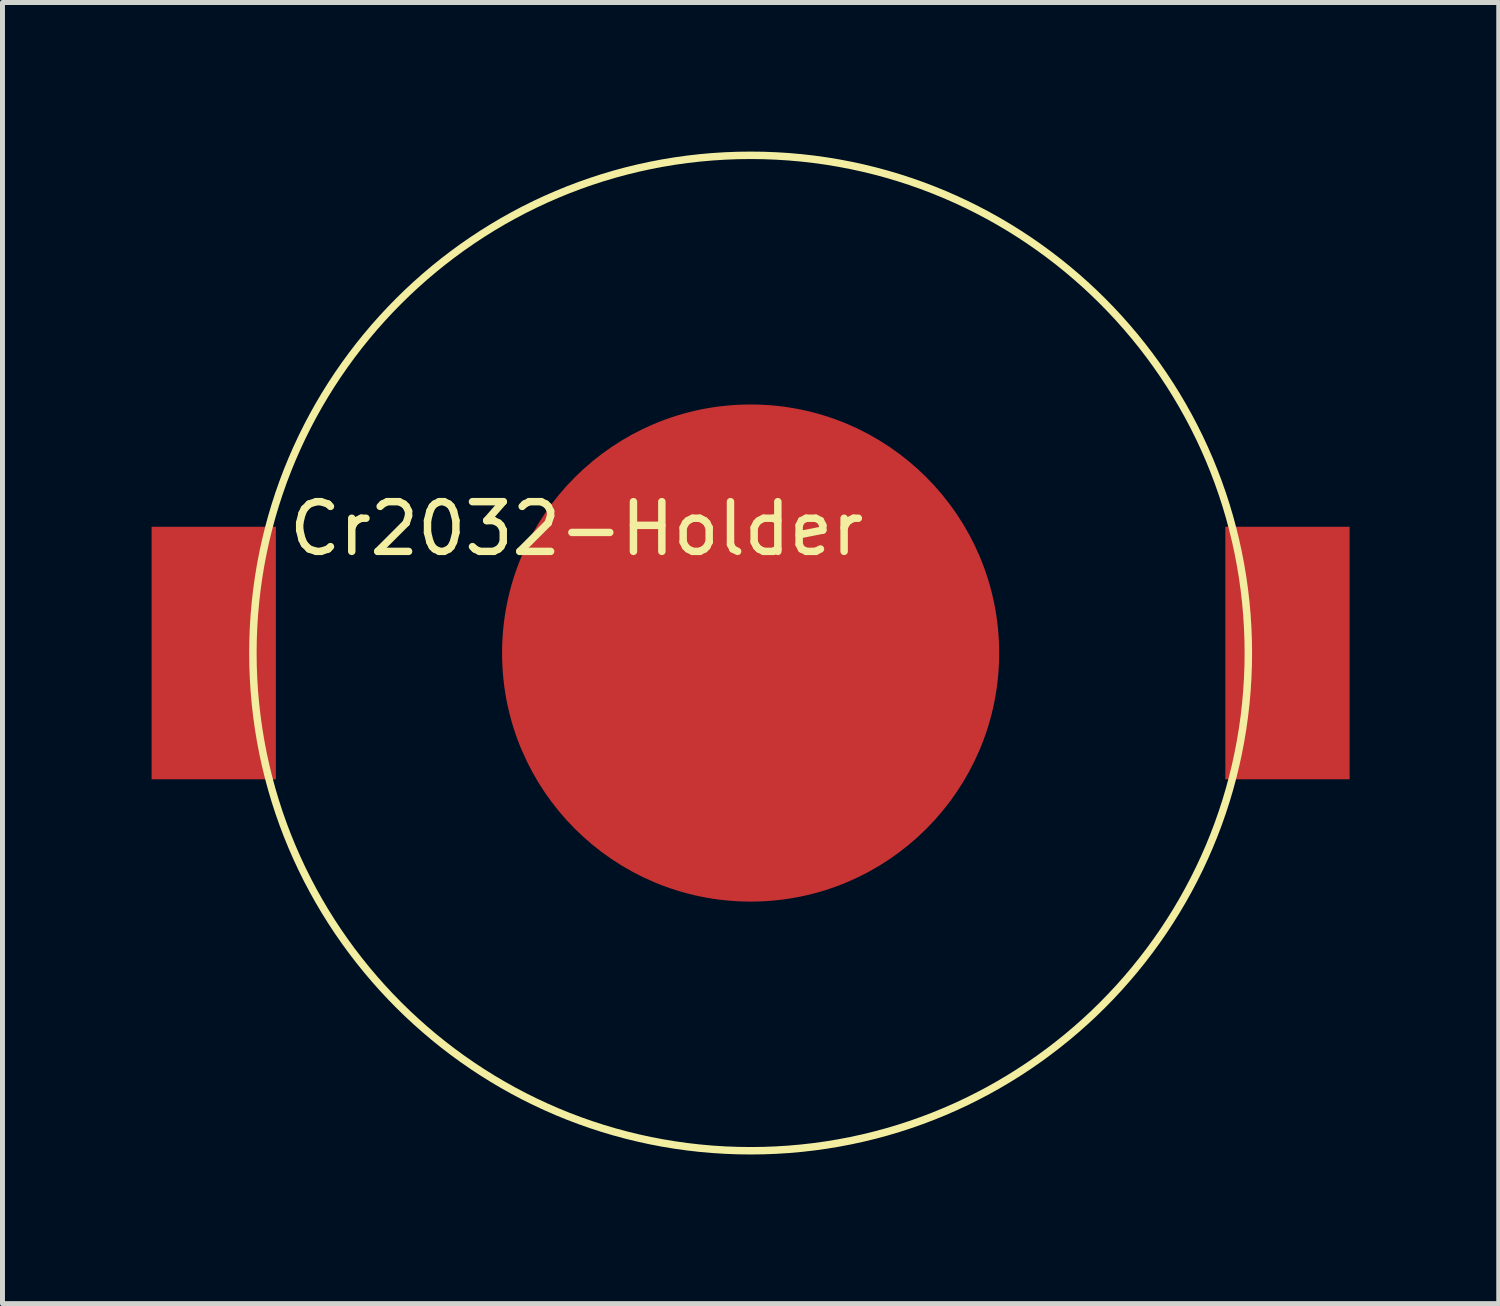
<source format=kicad_pcb>
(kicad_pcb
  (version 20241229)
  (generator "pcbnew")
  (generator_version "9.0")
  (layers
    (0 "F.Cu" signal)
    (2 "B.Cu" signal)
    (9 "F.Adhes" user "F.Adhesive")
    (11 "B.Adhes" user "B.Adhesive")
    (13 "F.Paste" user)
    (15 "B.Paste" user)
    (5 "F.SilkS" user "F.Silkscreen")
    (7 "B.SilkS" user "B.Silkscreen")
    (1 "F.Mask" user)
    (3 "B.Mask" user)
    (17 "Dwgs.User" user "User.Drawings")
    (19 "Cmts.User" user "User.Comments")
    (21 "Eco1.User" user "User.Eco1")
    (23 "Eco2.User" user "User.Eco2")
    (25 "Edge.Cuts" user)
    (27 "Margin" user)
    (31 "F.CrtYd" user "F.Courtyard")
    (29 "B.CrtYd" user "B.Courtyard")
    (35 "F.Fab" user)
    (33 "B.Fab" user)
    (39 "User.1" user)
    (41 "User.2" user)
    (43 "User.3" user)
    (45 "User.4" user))
  (footprint "Cr2032-Holder"
    (layer "F.Cu")
    (at 12.05 10.087)
    (property "Reference" "Cr2032-Holder" (at -3.5 -2.5 0) (layer "F.SilkS") (effects (font (size 1 1) (thickness 0.15))))
    (attr through_hole)
    (fp_circle (center 0 0) (end 10 0.5) (stroke (width 0.15) (type solid)) (fill no) (layer "F.SilkS"))
    (pad "1" smd rect (at -10.8 0) (size 2.5 5.08) (layers "F.Cu" "F.Mask" "F.Paste"))
    (pad "1" smd rect (at 10.8 0) (size 2.5 5.08) (layers "F.Cu" "F.Mask" "F.Paste"))
    (pad "2" smd circle (at 0 0) (size 10 10) (layers "F.Cu" "F.Mask")))
  (gr_rect
    (start -3 -3)
    (end 27.1 23.175)
    (stroke (width 0.1) (type default))
    (fill no)
    (layer "Edge.Cuts")))
</source>
